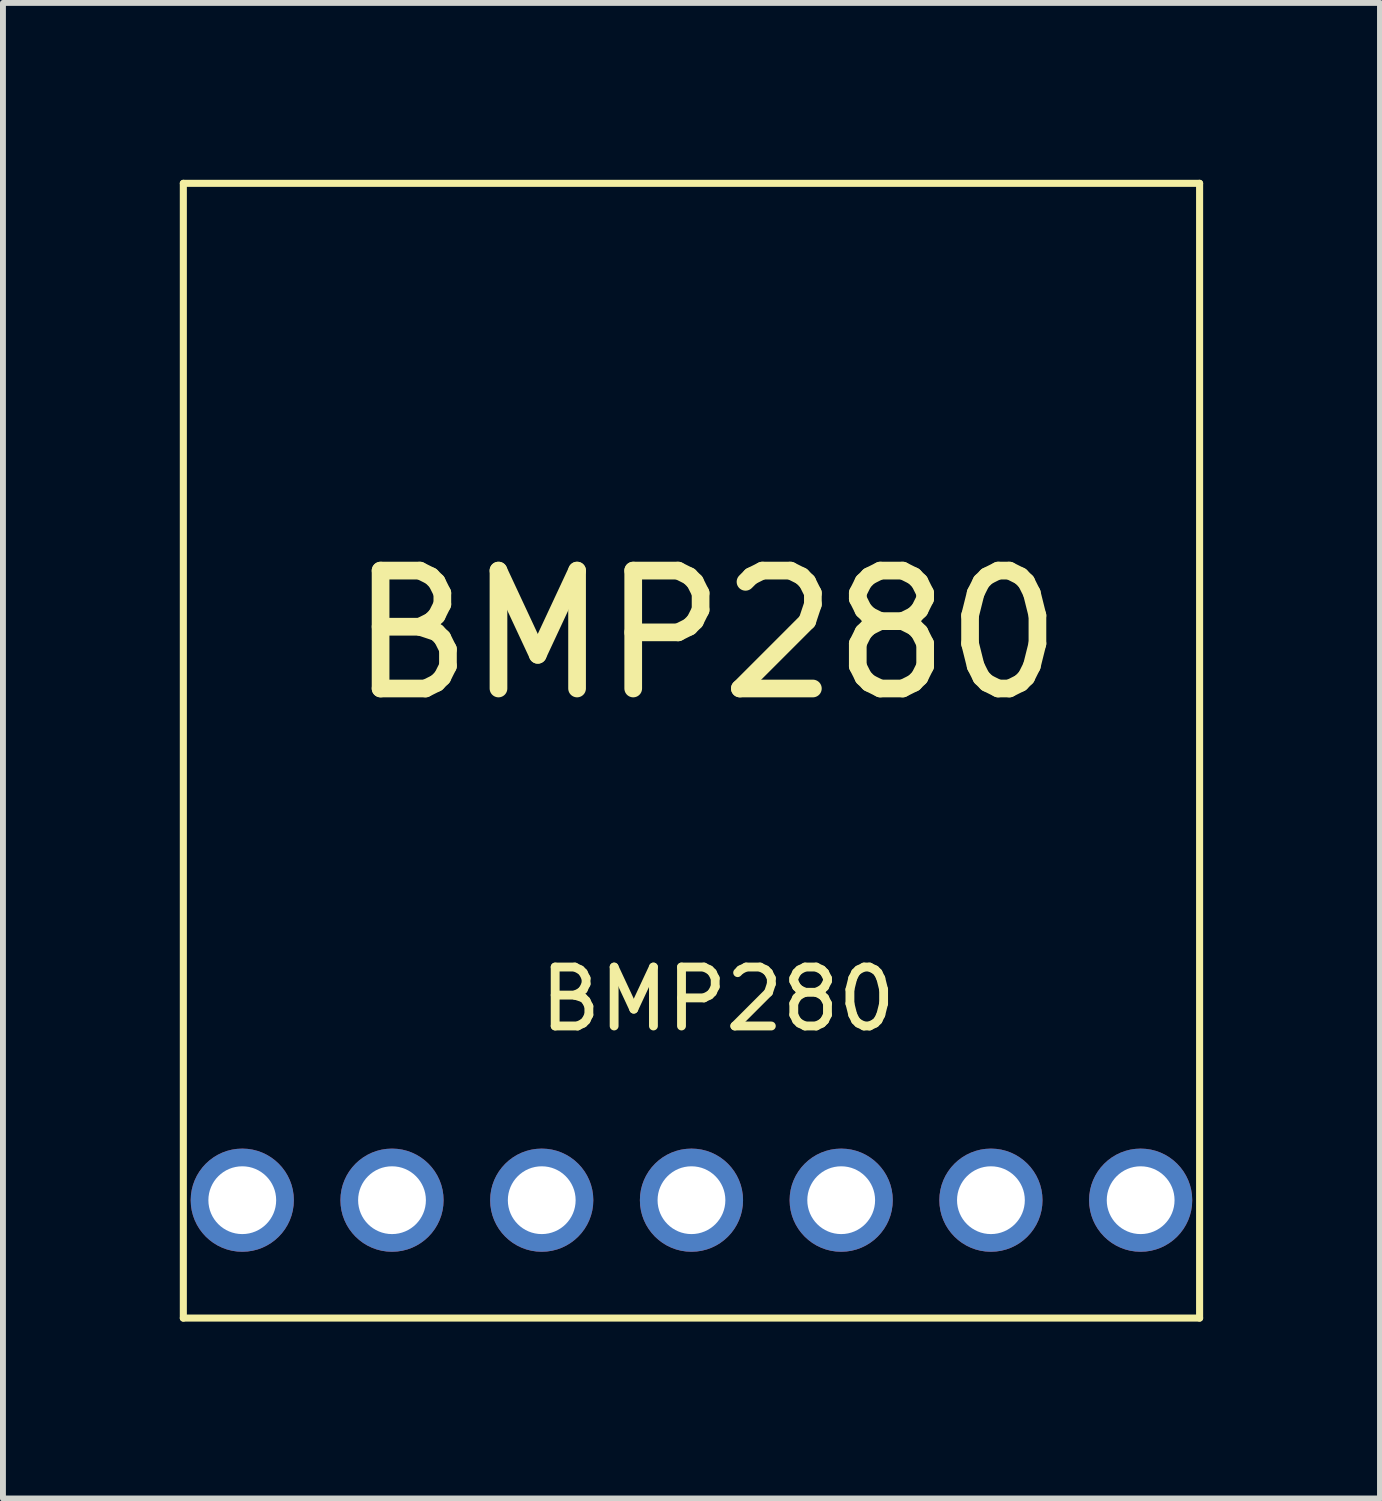
<source format=kicad_pcb>
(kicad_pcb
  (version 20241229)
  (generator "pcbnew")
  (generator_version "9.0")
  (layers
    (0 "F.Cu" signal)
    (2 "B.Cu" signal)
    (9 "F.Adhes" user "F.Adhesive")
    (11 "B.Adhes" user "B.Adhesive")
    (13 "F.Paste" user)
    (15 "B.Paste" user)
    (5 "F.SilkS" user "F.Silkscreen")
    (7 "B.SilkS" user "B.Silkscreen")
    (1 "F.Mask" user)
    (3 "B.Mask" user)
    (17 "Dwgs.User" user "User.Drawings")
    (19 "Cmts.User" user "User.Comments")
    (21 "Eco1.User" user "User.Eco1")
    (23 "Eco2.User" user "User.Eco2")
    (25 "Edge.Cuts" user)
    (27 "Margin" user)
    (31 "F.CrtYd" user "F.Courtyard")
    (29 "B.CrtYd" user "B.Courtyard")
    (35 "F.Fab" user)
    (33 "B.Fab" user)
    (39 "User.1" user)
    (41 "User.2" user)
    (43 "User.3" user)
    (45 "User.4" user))
  (footprint "BMP280"
    (layer "F.Cu")
    (at 1.06 17.31)
    (property "Reference" "BMP280" (at 8.07 -3.41 0) (layer "F.SilkS") (effects (font (size 1 1) (thickness 0.15))))
    (attr through_hole)
    (fp_line (start -1 -17.25) (end 16.24 -17.25) (stroke (width 0.12) (type solid)) (layer "F.SilkS"))
    (fp_line (start -1 2) (end -1 -17.25) (stroke (width 0.12) (type solid)) (layer "F.SilkS"))
    (fp_line (start 16.24 -17.25) (end 16.24 2) (stroke (width 0.12) (type solid)) (layer "F.SilkS"))
    (fp_line (start 16.24 2) (end -1 2) (stroke (width 0.12) (type solid)) (layer "F.SilkS"))
    (fp_text user "BMP280" (at 7.87 -9.59 0) (layer "F.SilkS") (effects (font (size 2 2) (thickness 0.3))))
    (pad "1" thru_hole circle (at 0 0) (size 1.75 1.75) (drill 1.15) (layers "*.Cu" "*.Mask"))
    (pad "2" thru_hole circle (at 2.54 0) (size 1.75 1.75) (drill 1.15) (layers "*.Cu" "*.Mask"))
    (pad "3" thru_hole circle (at 5.08 0) (size 1.75 1.75) (drill 1.15) (layers "*.Cu" "*.Mask"))
    (pad "4" thru_hole circle (at 7.62 0) (size 1.75 1.75) (drill 1.15) (layers "*.Cu" "*.Mask"))
    (pad "5" thru_hole circle (at 10.16 0) (size 1.75 1.75) (drill 1.15) (layers "*.Cu" "*.Mask"))
    (pad "6" thru_hole circle (at 12.7 0) (size 1.75 1.75) (drill 1.15) (layers "*.Cu" "*.Mask"))
    (pad "7" thru_hole circle (at 15.24 0) (size 1.75 1.75) (drill 1.15) (layers "*.Cu" "*.Mask")))
  (gr_rect
    (start -3 -3)
    (end 20.36 22.37)
    (stroke (width 0.1) (type default))
    (fill no)
    (layer "Edge.Cuts")))
</source>
